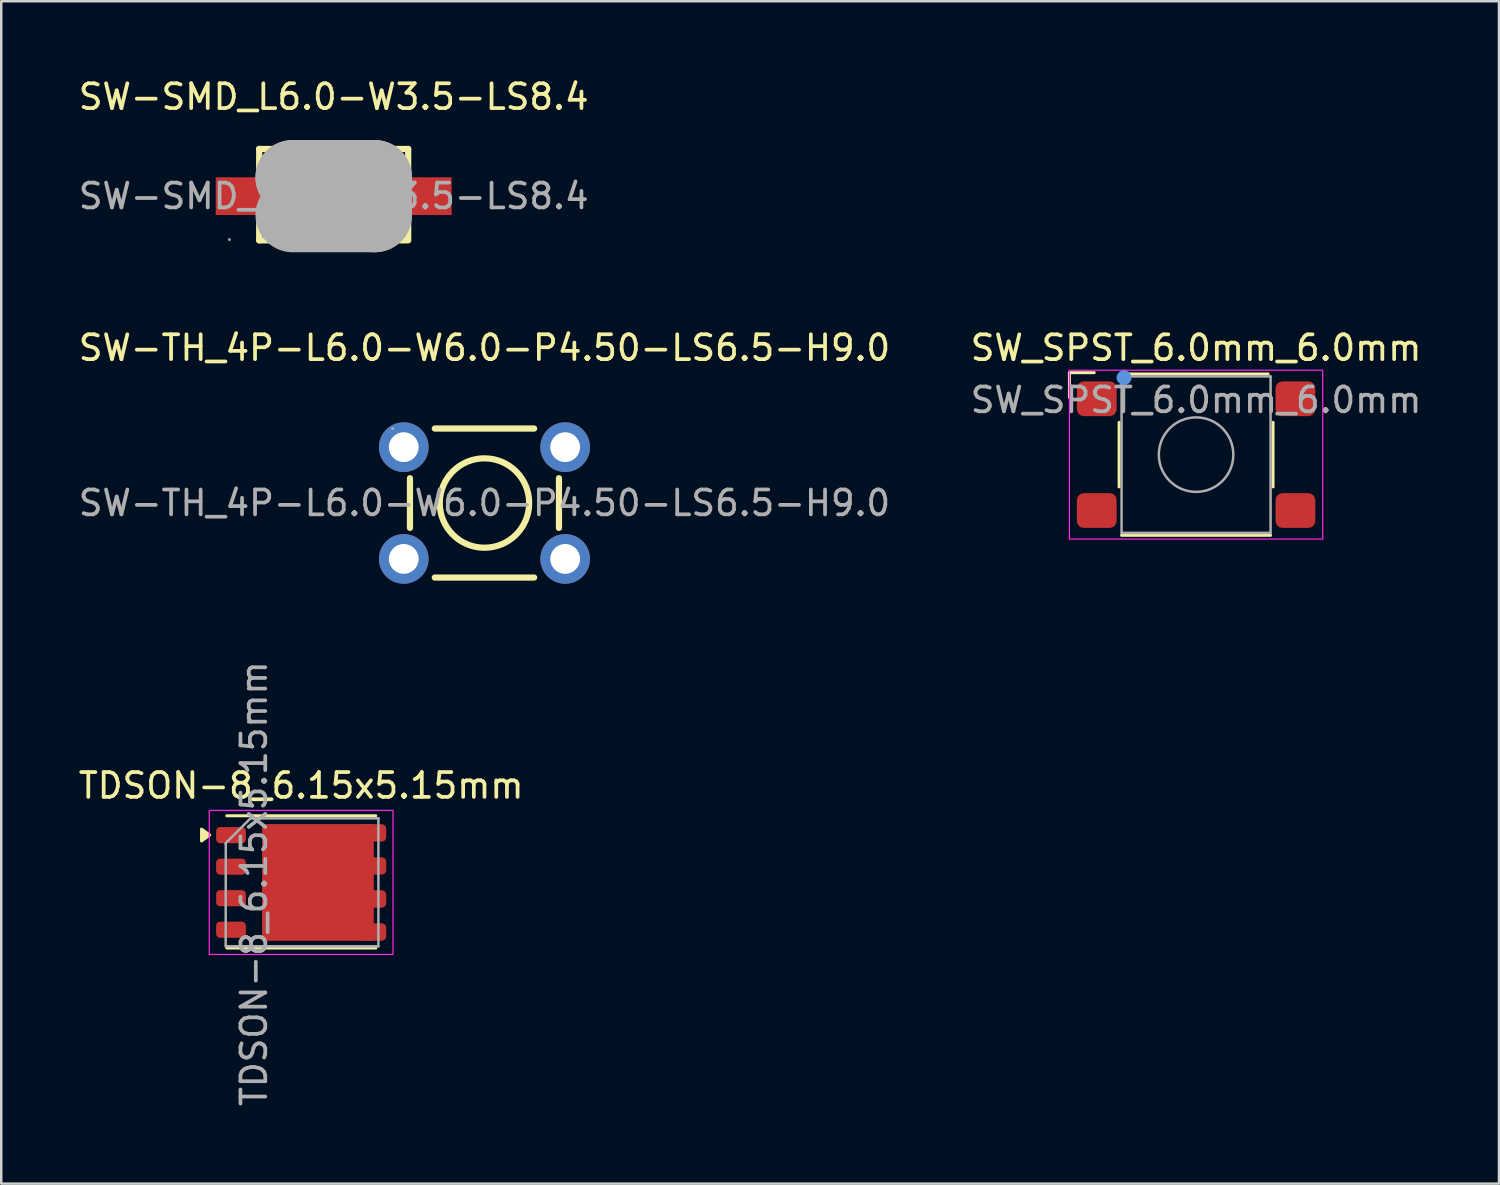
<source format=kicad_pcb>
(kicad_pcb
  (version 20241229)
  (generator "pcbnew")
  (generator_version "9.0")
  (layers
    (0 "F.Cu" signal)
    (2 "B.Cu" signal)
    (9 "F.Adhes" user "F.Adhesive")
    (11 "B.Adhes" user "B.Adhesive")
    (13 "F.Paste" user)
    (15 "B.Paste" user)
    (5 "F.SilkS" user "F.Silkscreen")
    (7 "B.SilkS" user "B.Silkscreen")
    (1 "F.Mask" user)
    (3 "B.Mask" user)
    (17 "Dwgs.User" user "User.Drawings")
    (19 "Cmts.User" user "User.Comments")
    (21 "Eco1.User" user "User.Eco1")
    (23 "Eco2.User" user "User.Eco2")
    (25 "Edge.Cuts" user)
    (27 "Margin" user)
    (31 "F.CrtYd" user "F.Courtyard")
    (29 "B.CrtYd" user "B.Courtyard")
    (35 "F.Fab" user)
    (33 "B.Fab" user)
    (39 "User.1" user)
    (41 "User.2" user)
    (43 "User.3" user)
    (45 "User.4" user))
  (footprint "SW-TH_4P-L6.0-W6.0-P4.50-LS6.5-H9.0"
    (layer "F.Cu")
    (at 16.458 17.206)
    (property "Reference" "SW-TH_4P-L6.0-W6.0-P4.50-LS6.5-H9.0" (at 0 -6.25 0) (layer "F.SilkS") (effects (font (size 1 1) (thickness 0.15))))
    (attr through_hole)
    (fp_line (start -3 1) (end -3 -1) (stroke (width 0.25) (type solid)) (layer "F.SilkS"))
    (fp_line (start -2 -3) (end 2 -3) (stroke (width 0.25) (type solid)) (layer "F.SilkS"))
    (fp_line (start 2 3) (end -2 3) (stroke (width 0.25) (type solid)) (layer "F.SilkS"))
    (fp_line (start 3 -1) (end 3 1) (stroke (width 0.25) (type solid)) (layer "F.SilkS"))
    (fp_circle (center 0 0) (end 1.8 0) (stroke (width 0.25) (type solid)) (fill no) (layer "F.SilkS"))
    (fp_circle (center -3.7 -3) (end -3.67 -3) (stroke (width 0.06) (type solid)) (fill no) (layer "F.Fab"))
    (fp_text user "${REFERENCE}" (at 0 0 0) (layer "F.Fab") (effects (font (size 1 1) (thickness 0.15))))
    (pad "1" thru_hole circle (at -3.25 -2.25) (size 2 2) (drill 1.2) (layers "*.Cu" "*.Mask"))
    (pad "2" thru_hole circle (at 3.25 -2.25) (size 2 2) (drill 1.2) (layers "*.Cu" "*.Mask"))
    (pad "3" thru_hole circle (at -3.25 2.25) (size 2 2) (drill 1.2) (layers "*.Cu" "*.Mask"))
    (pad "4" thru_hole circle (at 3.25 2.25) (size 2 2) (drill 1.2) (layers "*.Cu" "*.Mask")))
  (footprint "SW_SPST_6.0mm_6.0mm"
    (layer "F.Cu")
    (at 45.113 15.257)
    (property "Reference" "SW_SPST_6.0mm_6.0mm" (at 0 -4.3 0) (layer "F.SilkS") (effects (font (size 1 1) (thickness 0.15))))
    (attr smd)
    (fp_line (start -5.1 -3.3) (end -4.1 -3.3) (stroke (width 0.12) (type solid)) (layer "F.SilkS"))
    (fp_line (start -5.1 -2.3) (end -5.1 -3.3) (stroke (width 0.12) (type solid)) (layer "F.SilkS"))
    (fp_line (start -3.1 -1.3) (end -3.1 1.3) (stroke (width 0.12) (type solid)) (layer "F.SilkS"))
    (fp_line (start 2.9 -3.25) (end -2.9 -3.25) (stroke (width 0.12) (type solid)) (layer "F.SilkS"))
    (fp_line (start 3 3.25) (end -3 3.25) (stroke (width 0.12) (type solid)) (layer "F.SilkS"))
    (fp_line (start 3.1 -1.3) (end 3.1 1.3) (stroke (width 0.12) (type solid)) (layer "F.SilkS"))
    (fp_circle (center -2.9 -3.1) (end -2.75 -3.1) (stroke (width 0.3) (type solid)) (fill no) (layer "Cmts.User"))
    (fp_rect (start -5.1 -3.4) (end 5.1 3.4) (stroke (width 0.05) (type default)) (fill no) (layer "F.CrtYd"))
    (fp_line (start -3 -3.15) (end 3 -3.15) (stroke (width 0.1) (type solid)) (layer "F.Fab"))
    (fp_line (start -3 3.15) (end -3 -3.15) (stroke (width 0.1) (type solid)) (layer "F.Fab"))
    (fp_line (start 3 -3.15) (end 3 3.15) (stroke (width 0.1) (type solid)) (layer "F.Fab"))
    (fp_line (start 3 3.15) (end -3 3.15) (stroke (width 0.1) (type solid)) (layer "F.Fab"))
    (fp_circle (center 0 0) (end 1.5 0) (stroke (width 0.1) (type solid)) (fill no) (layer "F.Fab"))
    (fp_text user "${REFERENCE}" (at 0 -2.2 0) (layer "F.Fab") (effects (font (size 1 1) (thickness 0.15))))
    (pad "1" smd roundrect (at -4 -2.25 180) (size 1.6 1.4) (layers "F.Cu" "F.Mask" "F.Paste") (roundrect_rratio 0.2))
    (pad "1" smd roundrect (at 4 -2.25 180) (size 1.6 1.4) (layers "F.Cu" "F.Mask" "F.Paste") (roundrect_rratio 0.2))
    (pad "2" smd roundrect (at -4 2.25 180) (size 1.6 1.4) (layers "F.Cu" "F.Mask" "F.Paste") (roundrect_rratio 0.2))
    (pad "2" smd roundrect (at 4 2.25 180) (size 1.6 1.4) (layers "F.Cu" "F.Mask" "F.Paste") (roundrect_rratio 0.2)))
  (footprint "SW-SMD_L6.0-W3.5-LS8.4"
    (layer "F.Cu")
    (at 10.387 4.848)
    (property "Reference" "SW-SMD_L6.0-W3.5-LS8.4" (at 0 -4 0) (layer "F.SilkS") (effects (font (size 1 1) (thickness 0.15))))
    (attr smd)
    (fp_line (start -3 -1.9) (end -3 -0.99) (stroke (width 0.25) (type solid)) (layer "F.SilkS"))
    (fp_line (start -3 -1.9) (end 3 -1.9) (stroke (width 0.25) (type solid)) (layer "F.SilkS"))
    (fp_line (start -3 1) (end -3 1.78) (stroke (width 0.25) (type solid)) (layer "F.SilkS"))
    (fp_line (start -3 1.78) (end 2.92 1.78) (stroke (width 0.25) (type solid)) (layer "F.SilkS"))
    (fp_line (start 3 -1.9) (end 3 -0.99) (stroke (width 0.25) (type solid)) (layer "F.SilkS"))
    (fp_line (start 3 1) (end 3 1.78) (stroke (width 0.25) (type solid)) (layer "F.SilkS"))
    (fp_line (start -1.65 -0.76) (end -1.65 -0.76) (stroke (width 3) (type solid)) (layer "F.Fab"))
    (fp_line (start -1.65 -0.76) (end 1.65 -0.76) (stroke (width 3) (type solid)) (layer "F.Fab"))
    (fp_line (start 1.65 -0.76) (end 1.65 0.76) (stroke (width 3) (type solid)) (layer "F.Fab"))
    (fp_line (start 1.65 0.76) (end -1.65 0.76) (stroke (width 3) (type solid)) (layer "F.Fab"))
    (fp_circle (center -4.2 1.75) (end -4.17 1.75) (stroke (width 0.06) (type solid)) (fill no) (layer "F.Fab"))
    (fp_text user "${REFERENCE}" (at 0 0 0) (layer "F.Fab") (effects (font (size 1 1) (thickness 0.15))))
    (pad "1" smd rect (at -3.85 0) (size 1.8 1.52) (layers "F.Cu" "F.Mask" "F.Paste"))
    (pad "2" smd rect (at 3.85 0) (size 1.8 1.52) (layers "F.Cu" "F.Mask" "F.Paste")))
  (footprint "TDSON-8_6.15x5.15mm"
    (layer "F.Cu")
    (at 9.077 32.484)
    (property "Reference" "TDSON-8_6.15x5.15mm" (at 0 -3.9 0) (layer "F.SilkS") (effects (font (size 1 1) (thickness 0.15))))
    (attr smd)
    (fp_line (start 3.005 -2.685) (end -2.995 -2.685) (stroke (width 0.12) (type solid)) (layer "F.SilkS"))
    (fp_line (start 3.005 2.64) (end -2.995 2.64) (stroke (width 0.12) (type solid)) (layer "F.SilkS"))
    (fp_poly (pts (xy -3.682 -1.91) (xy -4.012 -1.67) (xy -4.012 -2.15) (xy -3.682 -1.91)) (stroke (width 0.12) (type solid)) (fill yes) (layer "F.SilkS"))
    (fp_rect (start -3.7 -2.9) (end 3.7 2.9) (stroke (width 0.05) (type default)) (fill no) (layer "F.CrtYd"))
    (fp_line (start -3.035 -1.57) (end -3.04 2.56) (stroke (width 0.1) (type solid)) (layer "F.Fab"))
    (fp_line (start -2.045 -2.575) (end -3.045 -1.575) (stroke (width 0.1) (type solid)) (layer "F.Fab"))
    (fp_line (start -2.04 -2.58) (end 3.11 -2.58) (stroke (width 0.1) (type solid)) (layer "F.Fab"))
    (fp_line (start 3.11 -2.58) (end 3.11 2.57) (stroke (width 0.1) (type solid)) (layer "F.Fab"))
    (fp_line (start 3.11 2.57) (end -3.04 2.57) (stroke (width 0.1) (type solid)) (layer "F.Fab"))
    (fp_text user "${REFERENCE}" (at -1.9 0.05 90) (layer "F.Fab") (effects (font (size 1 1) (thickness 0.15))))
    (pad "" smd rect (at -0.8 -1.725) (size 0.9 0.9) (layers "F.Paste"))
    (pad "" smd rect (at -0.8 -0.575) (size 0.9 0.9) (layers "F.Paste"))
    (pad "" smd rect (at -0.8 0.575) (size 0.9 0.9) (layers "F.Paste"))
    (pad "" smd rect (at -0.8 1.725) (size 0.9 0.9) (layers "F.Paste"))
    (pad "" smd rect (at 0.425 -1.725) (size 0.9 0.9) (layers "F.Paste"))
    (pad "" smd rect (at 0.425 -0.575) (size 0.9 0.9) (layers "F.Paste"))
    (pad "" smd rect (at 0.425 0.575) (size 0.9 0.9) (layers "F.Paste"))
    (pad "" smd rect (at 0.425 1.725) (size 0.9 0.9) (layers "F.Paste"))
    (pad "" smd rect (at 1.625 -1.725) (size 0.9 0.9) (layers "F.Paste"))
    (pad "" smd rect (at 1.625 -0.575) (size 0.9 0.9) (layers "F.Paste"))
    (pad "" smd rect (at 1.625 0.575) (size 0.9 0.9) (layers "F.Paste"))
    (pad "" smd rect (at 1.625 1.725) (size 0.9 0.9) (layers "F.Paste"))
    (pad "1" smd roundrect (at -2.825 -1.905) (size 1.2 0.65) (layers "F.Cu" "F.Mask" "F.Paste") (roundrect_rratio 0.25))
    (pad "2" smd roundrect (at -2.825 -0.635) (size 1.2 0.65) (layers "F.Cu" "F.Mask" "F.Paste") (roundrect_rratio 0.25))
    (pad "3" smd roundrect (at -2.825 0.635) (size 1.2 0.65) (layers "F.Cu" "F.Mask" "F.Paste") (roundrect_rratio 0.25))
    (pad "4" smd roundrect (at -2.825 1.905) (size 1.2 0.65) (layers "F.Cu" "F.Mask" "F.Paste") (roundrect_rratio 0.25))
    (pad "5" smd roundrect (at 2.925 1.995) (size 1 0.7) (layers "F.Cu" "F.Mask" "F.Paste") (roundrect_rratio 0.25))
    (pad "6" smd roundrect (at 2.925 0.665) (size 1 0.7) (layers "F.Cu" "F.Mask" "F.Paste") (roundrect_rratio 0.25))
    (pad "7" smd roundrect (at 2.925 -0.665) (size 1 0.7) (layers "F.Cu" "F.Mask" "F.Paste") (roundrect_rratio 0.25))
    (pad "8" smd rect (at 0.675 0) (size 4.5 4.7) (layers "F.Cu" "F.Mask"))
    (pad "8" smd roundrect (at 2.925 -1.995) (size 1 0.7) (layers "F.Cu" "F.Mask" "F.Paste") (roundrect_rratio 0.25)))
  (gr_rect
    (start -3 -3)
    (end 57.31 44.611)
    (stroke (width 0.1) (type default))
    (fill no)
    (layer "Edge.Cuts")))
</source>
